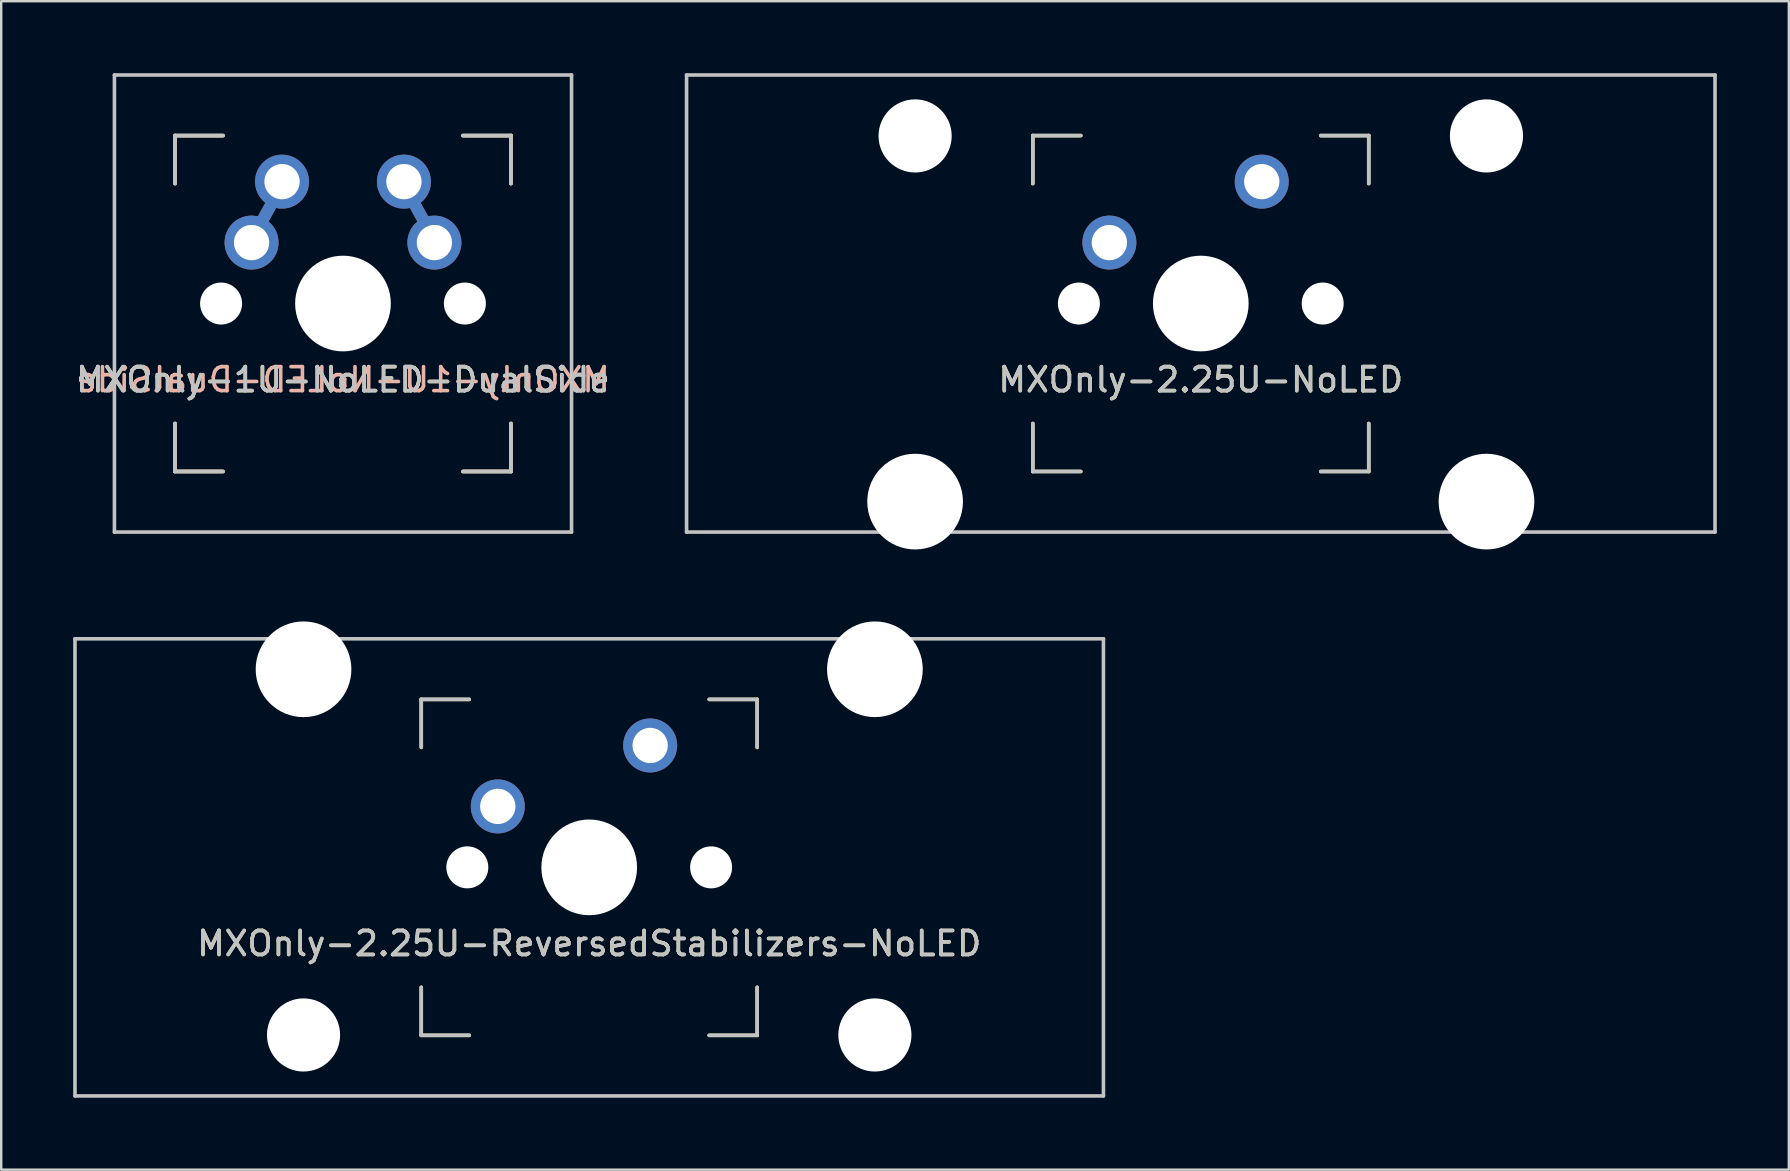
<source format=kicad_pcb>
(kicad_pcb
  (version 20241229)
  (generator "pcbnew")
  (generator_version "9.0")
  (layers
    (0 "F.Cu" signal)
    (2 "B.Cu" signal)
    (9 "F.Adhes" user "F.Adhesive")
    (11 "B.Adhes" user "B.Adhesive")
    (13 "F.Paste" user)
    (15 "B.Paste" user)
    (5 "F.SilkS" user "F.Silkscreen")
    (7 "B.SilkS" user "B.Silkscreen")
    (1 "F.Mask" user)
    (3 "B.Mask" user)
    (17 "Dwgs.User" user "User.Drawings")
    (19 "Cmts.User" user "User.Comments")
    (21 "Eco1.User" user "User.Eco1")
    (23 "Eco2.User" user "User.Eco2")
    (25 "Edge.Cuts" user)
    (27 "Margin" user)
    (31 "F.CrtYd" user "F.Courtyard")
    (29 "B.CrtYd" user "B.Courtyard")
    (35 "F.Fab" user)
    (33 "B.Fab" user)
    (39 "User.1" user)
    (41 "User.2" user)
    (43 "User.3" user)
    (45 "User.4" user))
  (footprint "MXOnly-2.25U-ReversedStabilizers-NoLED"
    (layer "F.Cu")
    (at 21.506 33.098)
    (property "Reference" "MXOnly-2.25U-ReversedStabilizers-NoLED" (at 0 3.175 0) (layer "Dwgs.User") (effects (font (size 1 1) (thickness 0.15))))
    (attr through_hole)
    (fp_line (start -7 -7) (end -7 -5) (stroke (width 0.15) (type solid)) (layer "F.SilkS"))
    (fp_line (start -7 5) (end -7 7) (stroke (width 0.15) (type solid)) (layer "F.SilkS"))
    (fp_line (start -7 7) (end -5 7) (stroke (width 0.15) (type solid)) (layer "F.SilkS"))
    (fp_line (start -5 -7) (end -7 -7) (stroke (width 0.15) (type solid)) (layer "F.SilkS"))
    (fp_line (start 5 -7) (end 7 -7) (stroke (width 0.15) (type solid)) (layer "F.SilkS"))
    (fp_line (start 5 7) (end 7 7) (stroke (width 0.15) (type solid)) (layer "F.SilkS"))
    (fp_line (start 7 -7) (end 7 -5) (stroke (width 0.15) (type solid)) (layer "F.SilkS"))
    (fp_line (start 7 7) (end 7 5) (stroke (width 0.15) (type solid)) (layer "F.SilkS"))
    (fp_line (start -21.431 -9.525) (end 21.431 -9.525) (stroke (width 0.15) (type solid)) (layer "Dwgs.User"))
    (fp_line (start -21.431 9.525) (end -21.431 -9.525) (stroke (width 0.15) (type solid)) (layer "Dwgs.User"))
    (fp_line (start -21.431 9.525) (end 21.431 9.525) (stroke (width 0.15) (type solid)) (layer "Dwgs.User"))
    (fp_line (start -7 -7) (end -7 -5) (stroke (width 0.15) (type solid)) (layer "Dwgs.User"))
    (fp_line (start -7 5) (end -7 7) (stroke (width 0.15) (type solid)) (layer "Dwgs.User"))
    (fp_line (start -7 7) (end -5 7) (stroke (width 0.15) (type solid)) (layer "Dwgs.User"))
    (fp_line (start -5 -7) (end -7 -7) (stroke (width 0.15) (type solid)) (layer "Dwgs.User"))
    (fp_line (start 5 -7) (end 7 -7) (stroke (width 0.15) (type solid)) (layer "Dwgs.User"))
    (fp_line (start 5 7) (end 7 7) (stroke (width 0.15) (type solid)) (layer "Dwgs.User"))
    (fp_line (start 7 -7) (end 7 -5) (stroke (width 0.15) (type solid)) (layer "Dwgs.User"))
    (fp_line (start 7 7) (end 7 5) (stroke (width 0.15) (type solid)) (layer "Dwgs.User"))
    (fp_line (start 21.431 -9.525) (end 21.431 9.525) (stroke (width 0.15) (type solid)) (layer "Dwgs.User"))
    (fp_text user "${REFERENCE}" (at 0 3.175 0) (layer "F.SilkS") (effects (font (size 1 1) (thickness 0.15))))
    (pad "" np_thru_hole circle (at -11.906 -8.255) (size 3.988 3.988) (drill 3.988) (layers "*.Cu" "*.Mask"))
    (pad "" np_thru_hole circle (at -11.906 6.985) (size 3.048 3.048) (drill 3.048) (layers "*.Cu" "*.Mask"))
    (pad "" np_thru_hole circle (at -5.08 0 48.1) (size 1.75 1.75) (drill 1.75) (layers "*.Cu" "*.Mask"))
    (pad "" np_thru_hole circle (at 0 0) (size 3.988 3.988) (drill 3.988) (layers "*.Cu" "*.Mask"))
    (pad "" np_thru_hole circle (at 5.08 0 48.1) (size 1.75 1.75) (drill 1.75) (layers "*.Cu" "*.Mask"))
    (pad "" np_thru_hole circle (at 11.906 -8.255) (size 3.988 3.988) (drill 3.988) (layers "*.Cu" "*.Mask"))
    (pad "" np_thru_hole circle (at 11.906 6.985) (size 3.048 3.048) (drill 3.048) (layers "*.Cu" "*.Mask"))
    (pad "1" thru_hole circle (at -3.81 -2.54) (size 2.25 2.25) (drill 1.47) (layers "*.Cu" "B.Mask"))
    (pad "2" thru_hole circle (at 2.54 -5.08) (size 2.25 2.25) (drill 1.47) (layers "*.Cu" "B.Mask")))
  (footprint "MXOnly-2.25U-NoLED"
    (layer "F.Cu")
    (at 46.994 9.6)
    (property "Reference" "MXOnly-2.25U-NoLED" (at 0 3.175 0) (layer "Dwgs.User") (effects (font (size 1 1) (thickness 0.15))))
    (attr through_hole)
    (fp_line (start -7 -7) (end -7 -5) (stroke (width 0.15) (type solid)) (layer "F.SilkS"))
    (fp_line (start -7 5) (end -7 7) (stroke (width 0.15) (type solid)) (layer "F.SilkS"))
    (fp_line (start -7 7) (end -5 7) (stroke (width 0.15) (type solid)) (layer "F.SilkS"))
    (fp_line (start -5 -7) (end -7 -7) (stroke (width 0.15) (type solid)) (layer "F.SilkS"))
    (fp_line (start 5 -7) (end 7 -7) (stroke (width 0.15) (type solid)) (layer "F.SilkS"))
    (fp_line (start 5 7) (end 7 7) (stroke (width 0.15) (type solid)) (layer "F.SilkS"))
    (fp_line (start 7 -7) (end 7 -5) (stroke (width 0.15) (type solid)) (layer "F.SilkS"))
    (fp_line (start 7 7) (end 7 5) (stroke (width 0.15) (type solid)) (layer "F.SilkS"))
    (fp_line (start -21.431 -9.525) (end 21.431 -9.525) (stroke (width 0.15) (type solid)) (layer "Dwgs.User"))
    (fp_line (start -21.431 9.525) (end -21.431 -9.525) (stroke (width 0.15) (type solid)) (layer "Dwgs.User"))
    (fp_line (start -21.431 9.525) (end 21.431 9.525) (stroke (width 0.15) (type solid)) (layer "Dwgs.User"))
    (fp_line (start -7 -7) (end -7 -5) (stroke (width 0.15) (type solid)) (layer "Dwgs.User"))
    (fp_line (start -7 5) (end -7 7) (stroke (width 0.15) (type solid)) (layer "Dwgs.User"))
    (fp_line (start -7 7) (end -5 7) (stroke (width 0.15) (type solid)) (layer "Dwgs.User"))
    (fp_line (start -5 -7) (end -7 -7) (stroke (width 0.15) (type solid)) (layer "Dwgs.User"))
    (fp_line (start 5 -7) (end 7 -7) (stroke (width 0.15) (type solid)) (layer "Dwgs.User"))
    (fp_line (start 5 7) (end 7 7) (stroke (width 0.15) (type solid)) (layer "Dwgs.User"))
    (fp_line (start 7 -7) (end 7 -5) (stroke (width 0.15) (type solid)) (layer "Dwgs.User"))
    (fp_line (start 7 7) (end 7 5) (stroke (width 0.15) (type solid)) (layer "Dwgs.User"))
    (fp_line (start 21.431 -9.525) (end 21.431 9.525) (stroke (width 0.15) (type solid)) (layer "Dwgs.User"))
    (fp_text user "${REFERENCE}" (at 0 3.175 0) (layer "F.SilkS") (effects (font (size 1 1) (thickness 0.15))))
    (pad "" np_thru_hole circle (at -11.906 -6.985) (size 3.048 3.048) (drill 3.048) (layers "*.Cu" "*.Mask"))
    (pad "" np_thru_hole circle (at -11.906 8.255) (size 3.988 3.988) (drill 3.988) (layers "*.Cu" "*.Mask"))
    (pad "" np_thru_hole circle (at -5.08 0 48.1) (size 1.75 1.75) (drill 1.75) (layers "*.Cu" "*.Mask"))
    (pad "" np_thru_hole circle (at 0 0) (size 3.988 3.988) (drill 3.988) (layers "*.Cu" "*.Mask"))
    (pad "" np_thru_hole circle (at 5.08 0 48.1) (size 1.75 1.75) (drill 1.75) (layers "*.Cu" "*.Mask"))
    (pad "" np_thru_hole circle (at 11.906 -6.985) (size 3.048 3.048) (drill 3.048) (layers "*.Cu" "*.Mask"))
    (pad "" np_thru_hole circle (at 11.906 8.255) (size 3.988 3.988) (drill 3.988) (layers "*.Cu" "*.Mask"))
    (pad "1" thru_hole circle (at -3.81 -2.54) (size 2.25 2.25) (drill 1.47) (layers "*.Cu" "B.Mask"))
    (pad "2" thru_hole circle (at 2.54 -5.08) (size 2.25 2.25) (drill 1.47) (layers "*.Cu" "B.Mask")))
  (footprint "MXOnly-1U-NoLED-DualSide"
    (layer "F.Cu")
    (at 11.244 9.6)
    (property "Reference" "MXOnly-1U-NoLED-DualSide" (at 0 3.175 0) (layer "Dwgs.User") (effects (font (size 1 1) (thickness 0.15))))
    (attr through_hole)
    (fp_line (start -7 -7) (end -7 -5) (stroke (width 0.15) (type solid)) (layer "F.SilkS"))
    (fp_line (start -7 5) (end -7 7) (stroke (width 0.15) (type solid)) (layer "F.SilkS"))
    (fp_line (start -7 7) (end -5 7) (stroke (width 0.15) (type solid)) (layer "F.SilkS"))
    (fp_line (start -5 -7) (end -7 -7) (stroke (width 0.15) (type solid)) (layer "F.SilkS"))
    (fp_line (start 5 -7) (end 7 -7) (stroke (width 0.15) (type solid)) (layer "F.SilkS"))
    (fp_line (start 5 7) (end 7 7) (stroke (width 0.15) (type solid)) (layer "F.SilkS"))
    (fp_line (start 7 -7) (end 7 -5) (stroke (width 0.15) (type solid)) (layer "F.SilkS"))
    (fp_line (start 7 7) (end 7 5) (stroke (width 0.15) (type solid)) (layer "F.SilkS"))
    (fp_line (start -7 -7) (end -7 -5) (stroke (width 0.15) (type solid)) (layer "B.SilkS"))
    (fp_line (start -7 5) (end -7 7) (stroke (width 0.15) (type solid)) (layer "B.SilkS"))
    (fp_line (start -7 7) (end -5 7) (stroke (width 0.15) (type solid)) (layer "B.SilkS"))
    (fp_line (start -5 -7) (end -7 -7) (stroke (width 0.15) (type solid)) (layer "B.SilkS"))
    (fp_line (start 5 -7) (end 7 -7) (stroke (width 0.15) (type solid)) (layer "B.SilkS"))
    (fp_line (start 5 7) (end 7 7) (stroke (width 0.15) (type solid)) (layer "B.SilkS"))
    (fp_line (start 7 -7) (end 7 -5) (stroke (width 0.15) (type solid)) (layer "B.SilkS"))
    (fp_line (start 7 7) (end 7 5) (stroke (width 0.15) (type solid)) (layer "B.SilkS"))
    (fp_line (start -9.525 -9.525) (end 9.525 -9.525) (stroke (width 0.15) (type solid)) (layer "Dwgs.User"))
    (fp_line (start -9.525 9.525) (end -9.525 -9.525) (stroke (width 0.15) (type solid)) (layer "Dwgs.User"))
    (fp_line (start -7 -7) (end -7 -5) (stroke (width 0.15) (type solid)) (layer "Dwgs.User"))
    (fp_line (start -7 5) (end -7 7) (stroke (width 0.15) (type solid)) (layer "Dwgs.User"))
    (fp_line (start -7 7) (end -5 7) (stroke (width 0.15) (type solid)) (layer "Dwgs.User"))
    (fp_line (start -5 -7) (end -7 -7) (stroke (width 0.15) (type solid)) (layer "Dwgs.User"))
    (fp_line (start 5 -7) (end 7 -7) (stroke (width 0.15) (type solid)) (layer "Dwgs.User"))
    (fp_line (start 5 7) (end 7 7) (stroke (width 0.15) (type solid)) (layer "Dwgs.User"))
    (fp_line (start 7 -7) (end 7 -5) (stroke (width 0.15) (type solid)) (layer "Dwgs.User"))
    (fp_line (start 7 7) (end 7 5) (stroke (width 0.15) (type solid)) (layer "Dwgs.User"))
    (fp_line (start 9.525 -9.525) (end 9.525 9.525) (stroke (width 0.15) (type solid)) (layer "Dwgs.User"))
    (fp_line (start 9.525 9.525) (end -9.525 9.525) (stroke (width 0.15) (type solid)) (layer "Dwgs.User"))
    (fp_text user "${REFERENCE}" (at 0 3.175 0) (layer "F.SilkS") (effects (font (size 1 1) (thickness 0.15))))
    (fp_text user "${REFERENCE}" (at 0 3.175 0) (layer "B.SilkS") (effects (font (size 1 1) (thickness 0.15)) (justify mirror)))
    (pad "" np_thru_hole circle (at -5.08 0 48.1) (size 1.75 1.75) (drill 1.75) (layers "*.Cu" "*.Mask"))
    (pad "" np_thru_hole circle (at 0 0) (size 3.988 3.988) (drill 3.988) (layers "*.Cu" "*.Mask"))
    (pad "" np_thru_hole circle (at 5.08 0 48.1) (size 1.75 1.75) (drill 1.75) (layers "*.Cu" "*.Mask"))
    (pad "1" thru_hole circle (at -3.81 -2.54) (size 2.25 2.25) (drill 1.47) (layers "*.Cu" "B.Mask"))
    (pad "1" smd rect (at -3.15 -3.84 61) (size 3 0.5) (layers "F.Cu"))
    (pad "1" smd rect (at -3.15 -3.84 61) (size 3 0.5) (layers "B.Cu"))
    (pad "1" thru_hole circle (at -2.54 -5.08) (size 2.25 2.25) (drill 1.47) (layers "*.Cu" "F.Mask"))
    (pad "2" thru_hole circle (at 2.54 -5.08) (size 2.25 2.25) (drill 1.47) (layers "*.Cu" "B.Mask"))
    (pad "2" smd rect (at 3.15 -3.84 119) (size 3 0.5) (layers "F.Cu"))
    (pad "2" smd rect (at 3.15 -3.84 119) (size 3 0.5) (layers "B.Cu"))
    (pad "2" thru_hole circle (at 3.81 -2.54) (size 2.25 2.25) (drill 1.47) (layers "*.Cu" "F.Mask")))
  (gr_rect
    (start -3 -3)
    (end 71.501 45.698)
    (stroke (width 0.1) (type default))
    (fill no)
    (layer "Edge.Cuts")))
</source>
